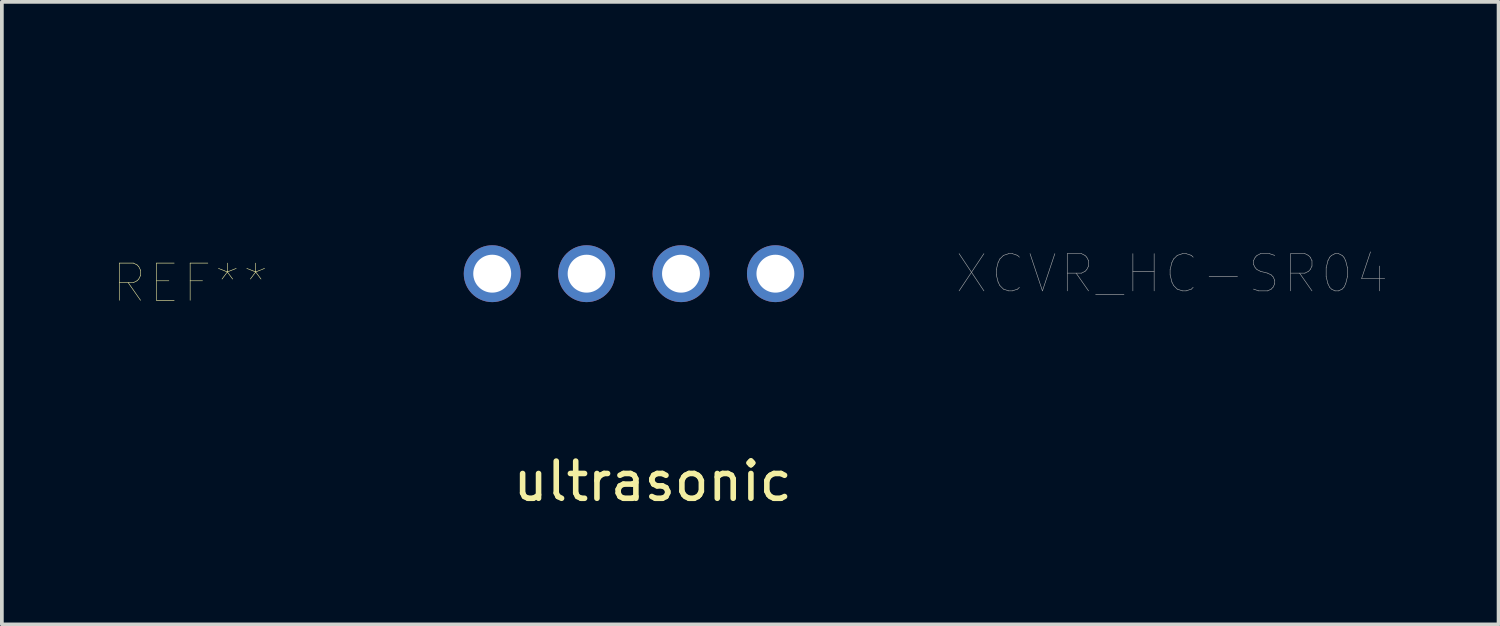
<source format=kicad_pcb>
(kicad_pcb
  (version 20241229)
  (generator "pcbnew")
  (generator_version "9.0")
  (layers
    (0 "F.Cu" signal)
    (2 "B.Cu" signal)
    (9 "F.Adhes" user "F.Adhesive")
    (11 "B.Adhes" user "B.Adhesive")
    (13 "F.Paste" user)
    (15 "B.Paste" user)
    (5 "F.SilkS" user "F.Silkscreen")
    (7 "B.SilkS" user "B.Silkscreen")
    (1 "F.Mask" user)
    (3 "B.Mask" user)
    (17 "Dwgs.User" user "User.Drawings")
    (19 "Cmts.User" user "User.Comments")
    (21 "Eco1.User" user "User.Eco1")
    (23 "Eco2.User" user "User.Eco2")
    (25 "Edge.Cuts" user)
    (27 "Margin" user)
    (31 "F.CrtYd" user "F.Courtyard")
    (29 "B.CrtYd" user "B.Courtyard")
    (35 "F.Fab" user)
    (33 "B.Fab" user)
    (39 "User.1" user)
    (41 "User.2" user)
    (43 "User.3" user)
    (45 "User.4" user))
  (footprint "ultrasonic"
    (layer "F.Cu")
    (at 13.75 0.25)
    (property "Reference" "ultrasonic" (at 0.762 9.652 0) (layer "F.SilkS") (effects (font (size 1 1) (thickness 0.15))))
    (attr through_hole)
    (fp_text user "REF**" (at -11.684 4.318 0) (layer "F.SilkS") (effects (font (size 1.001 1.001) (thickness 0.015))))
    (fp_text user "XCVR_HC-SR04" (at 14.732 4.064 0) (layer "F.Fab") (effects (font (size 1.002 1.002) (thickness 0.015))))
    (pad "1" thru_hole circle (at -3.556 4.064) (size 1.53 1.53) (drill 1.02) (layers "*.Cu" "*.Mask"))
    (pad "2" thru_hole circle (at -1.016 4.064) (size 1.53 1.53) (drill 1.02) (layers "*.Cu" "*.Mask"))
    (pad "3" thru_hole circle (at 1.524 4.064) (size 1.53 1.53) (drill 1.02) (layers "*.Cu" "*.Mask"))
    (pad "4" thru_hole circle (at 4.064 4.064) (size 1.53 1.53) (drill 1.02) (layers "*.Cu" "*.Mask")))
  (gr_rect
    (start -3 -3)
    (end 37.272 13.75)
    (stroke (width 0.1) (type default))
    (fill no)
    (layer "Edge.Cuts")))
</source>
